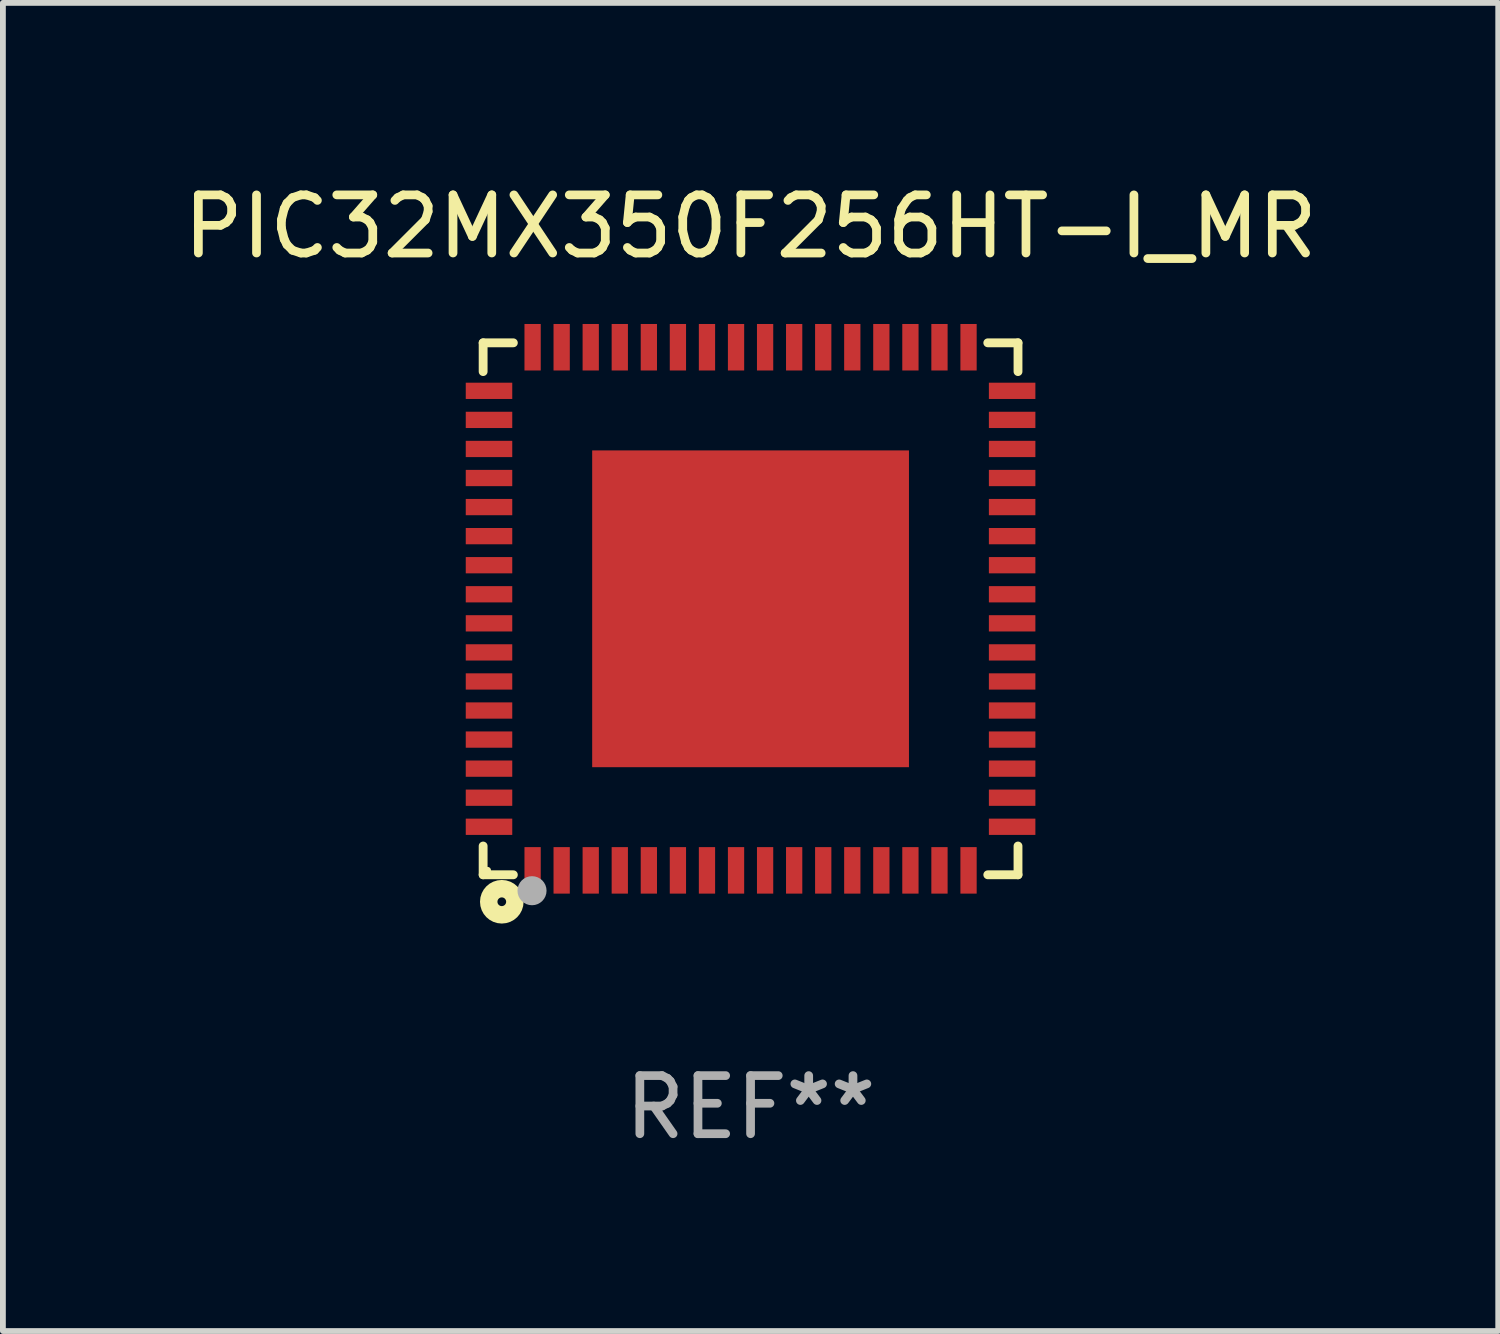
<source format=kicad_pcb>
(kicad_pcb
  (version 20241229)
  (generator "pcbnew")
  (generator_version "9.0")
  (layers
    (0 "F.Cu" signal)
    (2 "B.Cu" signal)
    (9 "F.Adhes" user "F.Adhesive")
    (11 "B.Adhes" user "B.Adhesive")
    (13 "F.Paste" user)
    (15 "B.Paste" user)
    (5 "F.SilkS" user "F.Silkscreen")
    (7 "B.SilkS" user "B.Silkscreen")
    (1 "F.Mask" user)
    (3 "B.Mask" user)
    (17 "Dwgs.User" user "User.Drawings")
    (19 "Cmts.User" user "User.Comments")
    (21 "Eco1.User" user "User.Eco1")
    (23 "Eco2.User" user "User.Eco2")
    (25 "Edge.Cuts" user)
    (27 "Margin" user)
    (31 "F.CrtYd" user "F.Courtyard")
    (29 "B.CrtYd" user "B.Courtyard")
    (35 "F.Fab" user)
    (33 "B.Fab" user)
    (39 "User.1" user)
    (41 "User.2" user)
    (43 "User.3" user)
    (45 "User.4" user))
  (footprint "PIC32MX350F256HT-I_MR"
    (layer "F.Cu")
    (at 9.863 7.424)
    (property "Reference" "PIC32MX350F256HT-I_MR" (at 0 -6.576 0) (layer "F.SilkS") (effects (font (size 1 1) (thickness 0.15))))
    (attr through_hole)
    (fp_line (start -4.601 -4.576) (end -4.081 -4.576) (stroke (width 0.152) (type solid)) (layer "F.SilkS"))
    (fp_line (start -4.601 -4.081) (end -4.601 -4.576) (stroke (width 0.152) (type solid)) (layer "F.SilkS"))
    (fp_line (start -4.601 4.081) (end -4.601 4.576) (stroke (width 0.152) (type solid)) (layer "F.SilkS"))
    (fp_line (start -4.601 4.576) (end -4.081 4.576) (stroke (width 0.152) (type solid)) (layer "F.SilkS"))
    (fp_line (start 4.601 -4.576) (end 4.081 -4.576) (stroke (width 0.152) (type solid)) (layer "F.SilkS"))
    (fp_line (start 4.601 -4.081) (end 4.601 -4.576) (stroke (width 0.152) (type solid)) (layer "F.SilkS"))
    (fp_line (start 4.601 4.081) (end 4.601 4.576) (stroke (width 0.152) (type solid)) (layer "F.SilkS"))
    (fp_line (start 4.601 4.576) (end 4.081 4.576) (stroke (width 0.152) (type solid)) (layer "F.SilkS"))
    (fp_circle (center -4.525 4.5) (end -4.495 4.5) (stroke (width 0.06) (type solid)) (fill no) (layer "F.SilkS"))
    (fp_circle (center -4.28 5.04) (end -4.205 5.04) (stroke (width 0.3) (type solid)) (fill no) (layer "F.SilkS"))
    (fp_circle (center -3.76 4.85) (end -3.635 4.85) (stroke (width 0.25) (type solid)) (fill no) (layer "F.Fab"))
    (fp_text user "REF**" (at 0 8.576 0) (layer "F.Fab") (effects (font (size 1 1) (thickness 0.15))))
    (pad "1" smd rect (at -3.75 4.5) (size 0.28 0.8) (layers "F.Cu" "F.Mask" "F.Paste"))
    (pad "2" smd rect (at -3.25 4.5) (size 0.28 0.8) (layers "F.Cu" "F.Mask" "F.Paste"))
    (pad "3" smd rect (at -2.75 4.5) (size 0.28 0.8) (layers "F.Cu" "F.Mask" "F.Paste"))
    (pad "4" smd rect (at -2.25 4.5) (size 0.28 0.8) (layers "F.Cu" "F.Mask" "F.Paste"))
    (pad "5" smd rect (at -1.75 4.5) (size 0.28 0.8) (layers "F.Cu" "F.Mask" "F.Paste"))
    (pad "6" smd rect (at -1.25 4.5) (size 0.28 0.8) (layers "F.Cu" "F.Mask" "F.Paste"))
    (pad "7" smd rect (at -0.75 4.5) (size 0.28 0.8) (layers "F.Cu" "F.Mask" "F.Paste"))
    (pad "8" smd rect (at -0.25 4.5) (size 0.28 0.8) (layers "F.Cu" "F.Mask" "F.Paste"))
    (pad "9" smd rect (at 0.25 4.5) (size 0.28 0.8) (layers "F.Cu" "F.Mask" "F.Paste"))
    (pad "10" smd rect (at 0.75 4.5) (size 0.28 0.8) (layers "F.Cu" "F.Mask" "F.Paste"))
    (pad "11" smd rect (at 1.25 4.5) (size 0.28 0.8) (layers "F.Cu" "F.Mask" "F.Paste"))
    (pad "12" smd rect (at 1.75 4.5) (size 0.28 0.8) (layers "F.Cu" "F.Mask" "F.Paste"))
    (pad "13" smd rect (at 2.25 4.5) (size 0.28 0.8) (layers "F.Cu" "F.Mask" "F.Paste"))
    (pad "14" smd rect (at 2.75 4.5) (size 0.28 0.8) (layers "F.Cu" "F.Mask" "F.Paste"))
    (pad "15" smd rect (at 3.25 4.5) (size 0.28 0.8) (layers "F.Cu" "F.Mask" "F.Paste"))
    (pad "16" smd rect (at 3.75 4.5) (size 0.28 0.8) (layers "F.Cu" "F.Mask" "F.Paste"))
    (pad "17" smd rect (at 4.5 3.75) (size 0.8 0.28) (layers "F.Cu" "F.Mask" "F.Paste"))
    (pad "18" smd rect (at 4.5 3.25) (size 0.8 0.28) (layers "F.Cu" "F.Mask" "F.Paste"))
    (pad "19" smd rect (at 4.5 2.75) (size 0.8 0.28) (layers "F.Cu" "F.Mask" "F.Paste"))
    (pad "20" smd rect (at 4.5 2.25) (size 0.8 0.28) (layers "F.Cu" "F.Mask" "F.Paste"))
    (pad "21" smd rect (at 4.5 1.75) (size 0.8 0.28) (layers "F.Cu" "F.Mask" "F.Paste"))
    (pad "22" smd rect (at 4.5 1.25) (size 0.8 0.28) (layers "F.Cu" "F.Mask" "F.Paste"))
    (pad "23" smd rect (at 4.5 0.75) (size 0.8 0.28) (layers "F.Cu" "F.Mask" "F.Paste"))
    (pad "24" smd rect (at 4.5 0.25) (size 0.8 0.28) (layers "F.Cu" "F.Mask" "F.Paste"))
    (pad "25" smd rect (at 4.5 -0.25) (size 0.8 0.28) (layers "F.Cu" "F.Mask" "F.Paste"))
    (pad "26" smd rect (at 4.5 -0.75) (size 0.8 0.28) (layers "F.Cu" "F.Mask" "F.Paste"))
    (pad "27" smd rect (at 4.5 -1.25) (size 0.8 0.28) (layers "F.Cu" "F.Mask" "F.Paste"))
    (pad "28" smd rect (at 4.5 -1.75) (size 0.8 0.28) (layers "F.Cu" "F.Mask" "F.Paste"))
    (pad "29" smd rect (at 4.5 -2.25) (size 0.8 0.28) (layers "F.Cu" "F.Mask" "F.Paste"))
    (pad "30" smd rect (at 4.5 -2.75) (size 0.8 0.28) (layers "F.Cu" "F.Mask" "F.Paste"))
    (pad "31" smd rect (at 4.5 -3.25) (size 0.8 0.28) (layers "F.Cu" "F.Mask" "F.Paste"))
    (pad "32" smd rect (at 4.5 -3.75) (size 0.8 0.28) (layers "F.Cu" "F.Mask" "F.Paste"))
    (pad "33" smd rect (at 3.75 -4.5) (size 0.28 0.8) (layers "F.Cu" "F.Mask" "F.Paste"))
    (pad "34" smd rect (at 3.25 -4.5) (size 0.28 0.8) (layers "F.Cu" "F.Mask" "F.Paste"))
    (pad "35" smd rect (at 2.75 -4.5) (size 0.28 0.8) (layers "F.Cu" "F.Mask" "F.Paste"))
    (pad "36" smd rect (at 2.25 -4.5) (size 0.28 0.8) (layers "F.Cu" "F.Mask" "F.Paste"))
    (pad "37" smd rect (at 1.75 -4.5) (size 0.28 0.8) (layers "F.Cu" "F.Mask" "F.Paste"))
    (pad "38" smd rect (at 1.25 -4.5) (size 0.28 0.8) (layers "F.Cu" "F.Mask" "F.Paste"))
    (pad "39" smd rect (at 0.75 -4.5) (size 0.28 0.8) (layers "F.Cu" "F.Mask" "F.Paste"))
    (pad "40" smd rect (at 0.25 -4.5) (size 0.28 0.8) (layers "F.Cu" "F.Mask" "F.Paste"))
    (pad "41" smd rect (at -0.25 -4.5) (size 0.28 0.8) (layers "F.Cu" "F.Mask" "F.Paste"))
    (pad "42" smd rect (at -0.75 -4.5) (size 0.28 0.8) (layers "F.Cu" "F.Mask" "F.Paste"))
    (pad "43" smd rect (at -1.25 -4.5) (size 0.28 0.8) (layers "F.Cu" "F.Mask" "F.Paste"))
    (pad "44" smd rect (at -1.75 -4.5) (size 0.28 0.8) (layers "F.Cu" "F.Mask" "F.Paste"))
    (pad "45" smd rect (at -2.25 -4.5) (size 0.28 0.8) (layers "F.Cu" "F.Mask" "F.Paste"))
    (pad "46" smd rect (at -2.75 -4.5) (size 0.28 0.8) (layers "F.Cu" "F.Mask" "F.Paste"))
    (pad "47" smd rect (at -3.25 -4.5) (size 0.28 0.8) (layers "F.Cu" "F.Mask" "F.Paste"))
    (pad "48" smd rect (at -3.75 -4.5) (size 0.28 0.8) (layers "F.Cu" "F.Mask" "F.Paste"))
    (pad "49" smd rect (at -4.5 -3.75) (size 0.8 0.28) (layers "F.Cu" "F.Mask" "F.Paste"))
    (pad "50" smd rect (at -4.5 -3.25) (size 0.8 0.28) (layers "F.Cu" "F.Mask" "F.Paste"))
    (pad "51" smd rect (at -4.5 -2.75) (size 0.8 0.28) (layers "F.Cu" "F.Mask" "F.Paste"))
    (pad "52" smd rect (at -4.5 -2.25) (size 0.8 0.28) (layers "F.Cu" "F.Mask" "F.Paste"))
    (pad "53" smd rect (at -4.5 -1.75) (size 0.8 0.28) (layers "F.Cu" "F.Mask" "F.Paste"))
    (pad "54" smd rect (at -4.5 -1.25) (size 0.8 0.28) (layers "F.Cu" "F.Mask" "F.Paste"))
    (pad "55" smd rect (at -4.5 -0.75) (size 0.8 0.28) (layers "F.Cu" "F.Mask" "F.Paste"))
    (pad "56" smd rect (at -4.5 -0.25) (size 0.8 0.28) (layers "F.Cu" "F.Mask" "F.Paste"))
    (pad "57" smd rect (at -4.5 0.25) (size 0.8 0.28) (layers "F.Cu" "F.Mask" "F.Paste"))
    (pad "58" smd rect (at -4.5 0.75) (size 0.8 0.28) (layers "F.Cu" "F.Mask" "F.Paste"))
    (pad "59" smd rect (at -4.5 1.25) (size 0.8 0.28) (layers "F.Cu" "F.Mask" "F.Paste"))
    (pad "60" smd rect (at -4.5 1.75) (size 0.8 0.28) (layers "F.Cu" "F.Mask" "F.Paste"))
    (pad "61" smd rect (at -4.5 2.25) (size 0.8 0.28) (layers "F.Cu" "F.Mask" "F.Paste"))
    (pad "62" smd rect (at -4.5 2.75) (size 0.8 0.28) (layers "F.Cu" "F.Mask" "F.Paste"))
    (pad "63" smd rect (at -4.5 3.25) (size 0.8 0.28) (layers "F.Cu" "F.Mask" "F.Paste"))
    (pad "64" smd rect (at -4.5 3.75) (size 0.8 0.28) (layers "F.Cu" "F.Mask" "F.Paste"))
    (pad "65" smd rect (at 0 0) (size 5.45 5.45) (layers "F.Cu" "F.Mask" "F.Paste")))
  (gr_rect
    (start -3 -3)
    (end 22.726 19.849)
    (stroke (width 0.1) (type default))
    (fill no)
    (layer "Edge.Cuts")))
</source>
